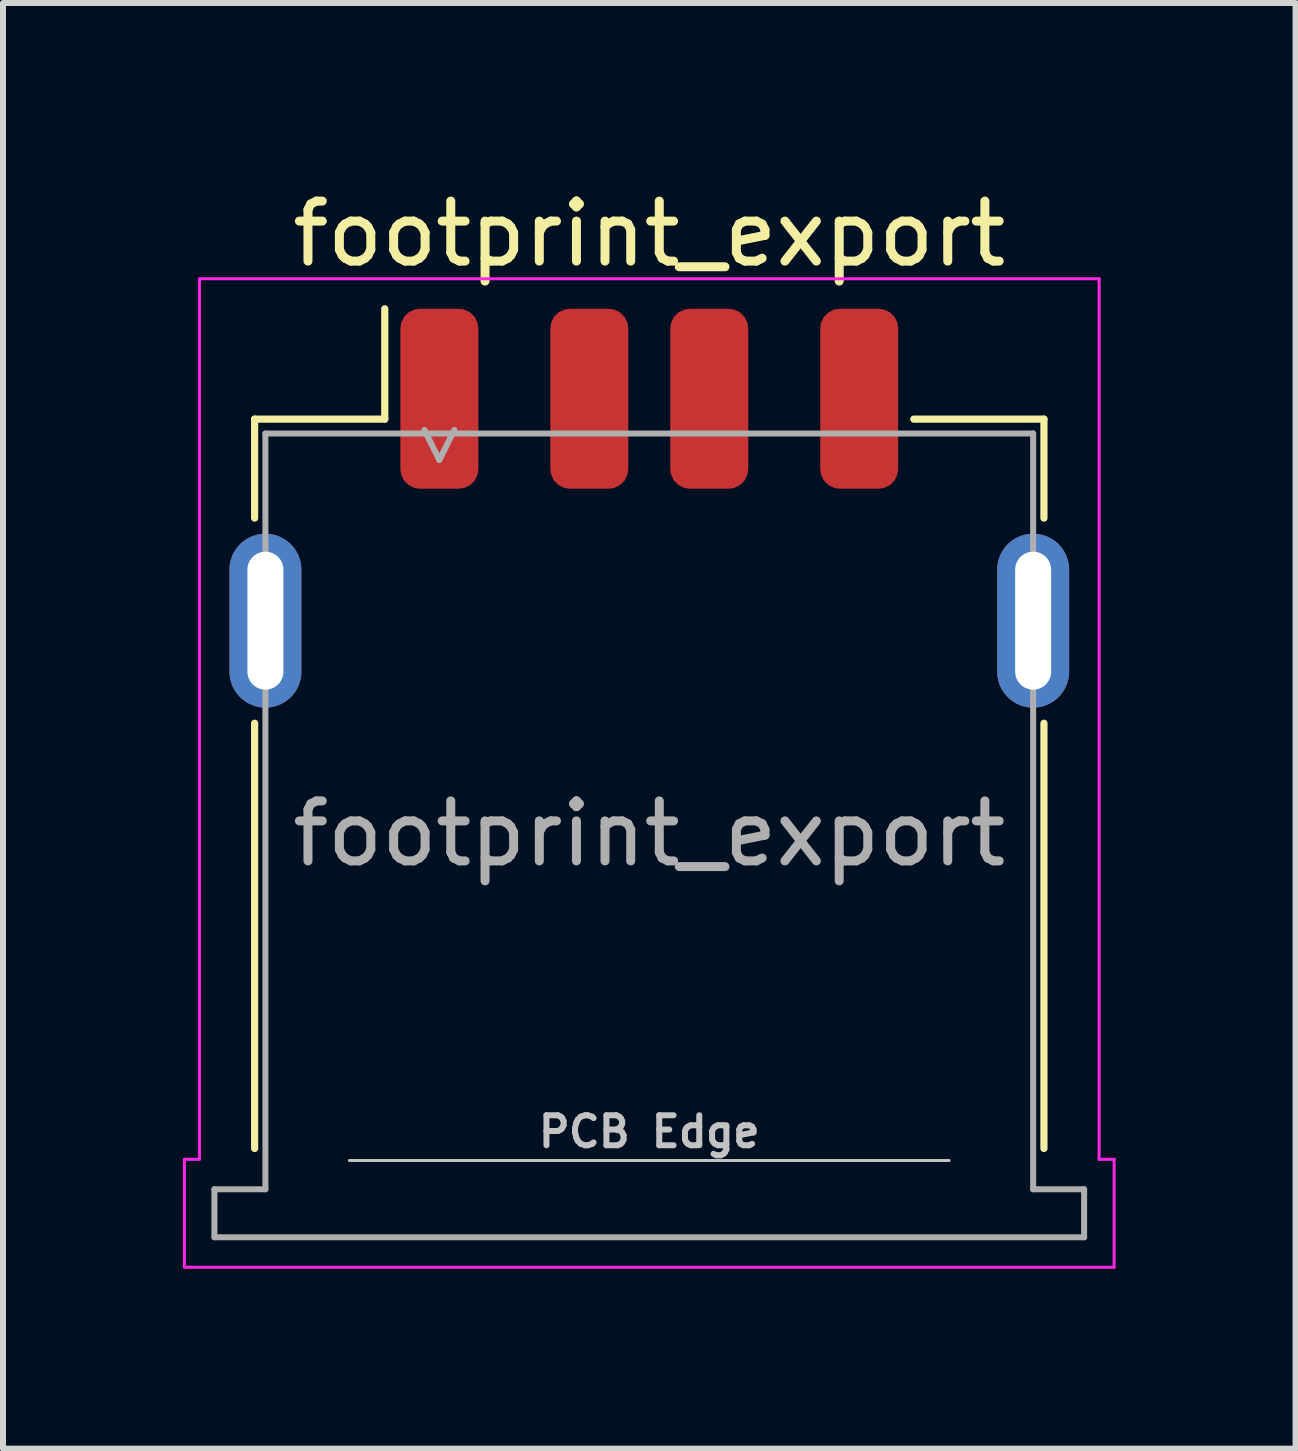
<source format=kicad_pcb>
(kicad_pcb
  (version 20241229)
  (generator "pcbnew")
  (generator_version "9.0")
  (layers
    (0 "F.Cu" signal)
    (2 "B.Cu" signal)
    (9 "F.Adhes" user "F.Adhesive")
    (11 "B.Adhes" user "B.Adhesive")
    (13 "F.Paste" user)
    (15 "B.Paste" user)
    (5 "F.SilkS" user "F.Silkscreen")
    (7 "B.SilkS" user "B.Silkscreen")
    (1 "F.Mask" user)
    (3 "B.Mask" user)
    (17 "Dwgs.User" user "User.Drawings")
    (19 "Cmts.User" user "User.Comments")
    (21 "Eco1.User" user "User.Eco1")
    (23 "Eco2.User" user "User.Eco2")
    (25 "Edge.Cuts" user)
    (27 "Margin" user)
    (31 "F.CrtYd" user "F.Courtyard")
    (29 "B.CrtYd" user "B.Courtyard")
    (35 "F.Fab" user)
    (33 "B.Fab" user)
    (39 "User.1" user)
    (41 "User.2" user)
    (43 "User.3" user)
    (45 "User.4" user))
  (footprint "footprint_export"
    (layer "F.Cu")
    (at 7.775 10.848)
    (property "Reference" "footprint_export" (at 0 -10 0) (layer "F.SilkS") (effects (font (size 1 1) (thickness 0.15))))
    (attr smd)
    (fp_line (start -6.58 -6.91) (end -6.58 -5.26) (stroke (width 0.12) (type default)) (layer "F.SilkS"))
    (fp_line (start -6.58 -1.84) (end -6.58 5.25) (stroke (width 0.12) (type default)) (layer "F.SilkS"))
    (fp_line (start -4.41 -6.91) (end -6.58 -6.91) (stroke (width 0.12) (type default)) (layer "F.SilkS"))
    (fp_line (start -4.41 -6.91) (end -4.41 -8.75) (stroke (width 0.12) (type default)) (layer "F.SilkS"))
    (fp_line (start 4.41 -6.91) (end 6.58 -6.91) (stroke (width 0.12) (type default)) (layer "F.SilkS"))
    (fp_line (start 6.58 -6.91) (end 6.58 -5.26) (stroke (width 0.12) (type default)) (layer "F.SilkS"))
    (fp_line (start 6.58 -1.84) (end 6.58 5.25) (stroke (width 0.12) (type default)) (layer "F.SilkS"))
    (fp_line (start -5 5.45) (end 5 5.45) (stroke (width 0.05) (type default)) (layer "Dwgs.User"))
    (fp_line (start -7.75 5.43) (end -7.75 7.23) (stroke (width 0.05) (type default)) (layer "F.CrtYd"))
    (fp_line (start -7.75 7.23) (end 7.75 7.23) (stroke (width 0.05) (type solid)) (layer "F.CrtYd"))
    (fp_line (start -7.5 -9.25) (end 7.5 -9.25) (stroke (width 0.05) (type solid)) (layer "F.CrtYd"))
    (fp_line (start -7.5 5.43) (end -7.75 5.43) (stroke (width 0.05) (type default)) (layer "F.CrtYd"))
    (fp_line (start -7.5 5.43) (end -7.5 -9.25) (stroke (width 0.05) (type solid)) (layer "F.CrtYd"))
    (fp_line (start 7.5 5.43) (end 7.5 -9.25) (stroke (width 0.05) (type solid)) (layer "F.CrtYd"))
    (fp_line (start 7.5 5.43) (end 7.75 5.43) (stroke (width 0.05) (type default)) (layer "F.CrtYd"))
    (fp_line (start 7.75 5.43) (end 7.75 7.23) (stroke (width 0.05) (type default)) (layer "F.CrtYd"))
    (fp_line (start -7.25 5.93) (end -7.25 6.73) (stroke (width 0.1) (type default)) (layer "F.Fab"))
    (fp_line (start -7.25 6.73) (end 7.25 6.73) (stroke (width 0.1) (type default)) (layer "F.Fab"))
    (fp_line (start -6.4 -6.67) (end -6.4 5.93) (stroke (width 0.1) (type default)) (layer "F.Fab"))
    (fp_line (start -6.4 5.93) (end -7.25 5.93) (stroke (width 0.1) (type default)) (layer "F.Fab"))
    (fp_line (start -3.75 -6.73) (end -3.5 -6.23) (stroke (width 0.1) (type default)) (layer "F.Fab"))
    (fp_line (start -3.5 -6.23) (end -3.25 -6.73) (stroke (width 0.1) (type default)) (layer "F.Fab"))
    (fp_line (start 6.4 -6.67) (end -6.4 -6.67) (stroke (width 0.1) (type default)) (layer "F.Fab"))
    (fp_line (start 6.4 5.93) (end 6.4 -6.67) (stroke (width 0.1) (type default)) (layer "F.Fab"))
    (fp_line (start 7.25 5.93) (end 6.4 5.93) (stroke (width 0.1) (type default)) (layer "F.Fab"))
    (fp_line (start 7.25 6.73) (end 7.25 5.93) (stroke (width 0.1) (type default)) (layer "F.Fab"))
    (fp_text user "PCB Edge" (at 0 4.97 0) (layer "Dwgs.User") (effects (font (size 0.5 0.5) (thickness 0.1))))
    (fp_text user "${REFERENCE}" (at 0 0 0) (unlocked yes) (layer "F.Fab") (effects (font (size 1 1) (thickness 0.15))))
    (pad "" smd oval (at -6.4 -3.55) (size 1.2 2.9) (layers "F.Paste"))
    (pad "" smd oval (at 6.4 -3.55) (size 1.2 2.9) (layers "F.Paste"))
    (pad "1" smd roundrect (at -3.5 -7.25) (size 1.3 3) (layers "F.Cu" "F.Mask" "F.Paste") (roundrect_rratio 0.25))
    (pad "2" smd roundrect (at -1 -7.25) (size 1.3 3) (layers "F.Cu" "F.Mask" "F.Paste") (roundrect_rratio 0.25))
    (pad "3" smd roundrect (at 1 -7.25) (size 1.3 3) (layers "F.Cu" "F.Mask" "F.Paste") (roundrect_rratio 0.25))
    (pad "4" smd roundrect (at 3.5 -7.25) (size 1.3 3) (layers "F.Cu" "F.Mask" "F.Paste") (roundrect_rratio 0.25))
    (pad "5" thru_hole oval (at -6.4 -3.55) (size 1.2 2.9) (drill oval 0.6 2.3) (layers "*.Cu" "*.Mask"))
    (pad "5" thru_hole oval (at 6.4 -3.55) (size 1.2 2.9) (drill oval 0.6 2.3) (layers "*.Cu" "*.Mask")))
  (gr_rect
    (start -3 -3)
    (end 18.55 21.103)
    (stroke (width 0.1) (type default))
    (fill no)
    (layer "Edge.Cuts")))
</source>
